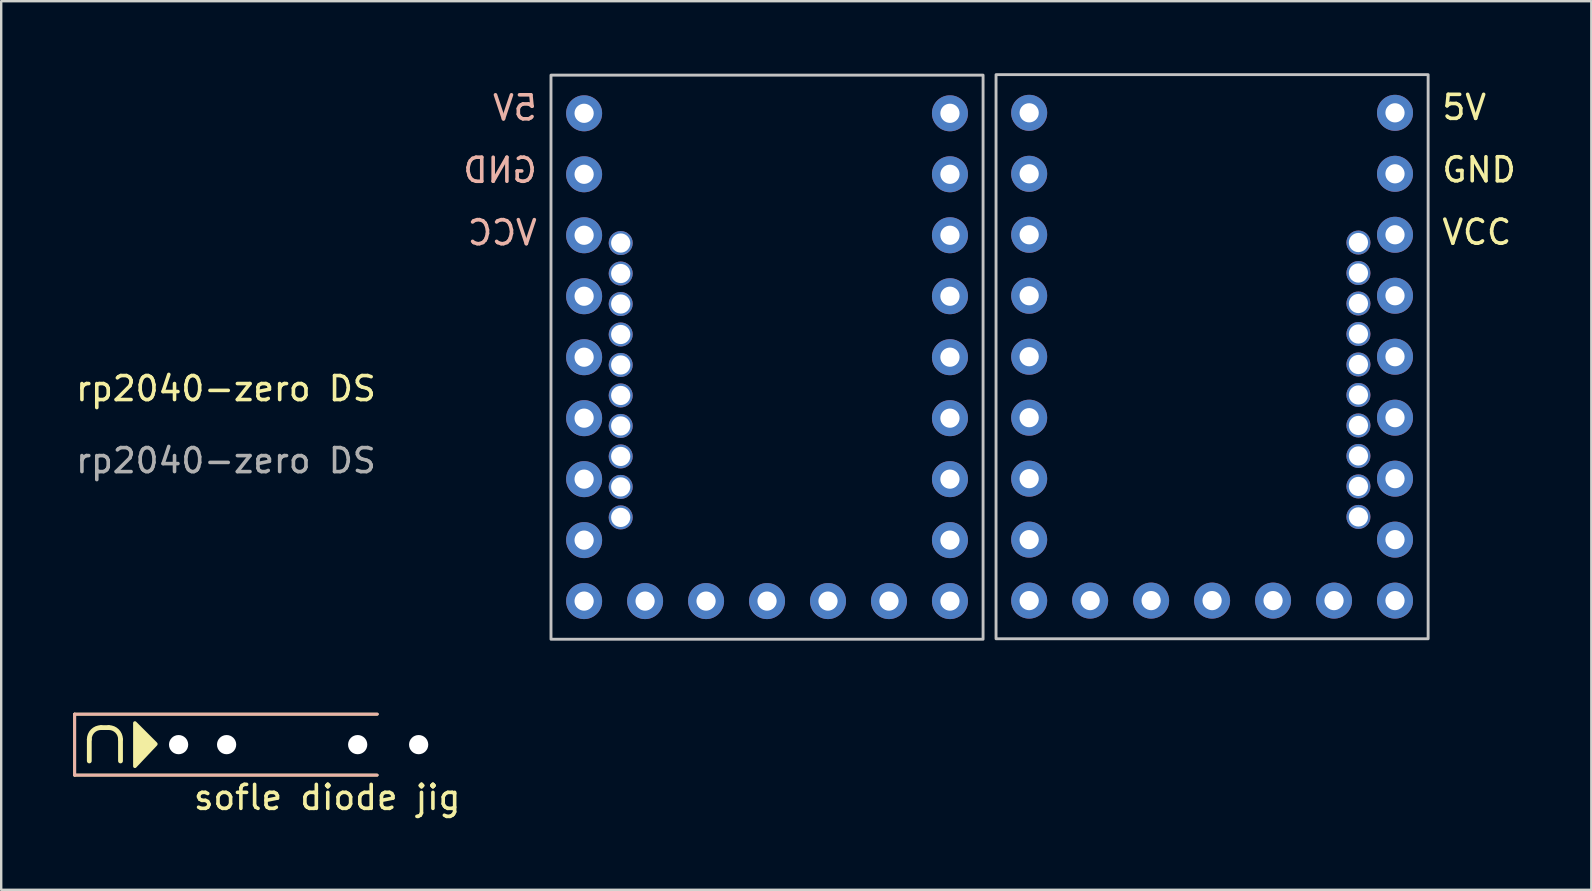
<source format=kicad_pcb>
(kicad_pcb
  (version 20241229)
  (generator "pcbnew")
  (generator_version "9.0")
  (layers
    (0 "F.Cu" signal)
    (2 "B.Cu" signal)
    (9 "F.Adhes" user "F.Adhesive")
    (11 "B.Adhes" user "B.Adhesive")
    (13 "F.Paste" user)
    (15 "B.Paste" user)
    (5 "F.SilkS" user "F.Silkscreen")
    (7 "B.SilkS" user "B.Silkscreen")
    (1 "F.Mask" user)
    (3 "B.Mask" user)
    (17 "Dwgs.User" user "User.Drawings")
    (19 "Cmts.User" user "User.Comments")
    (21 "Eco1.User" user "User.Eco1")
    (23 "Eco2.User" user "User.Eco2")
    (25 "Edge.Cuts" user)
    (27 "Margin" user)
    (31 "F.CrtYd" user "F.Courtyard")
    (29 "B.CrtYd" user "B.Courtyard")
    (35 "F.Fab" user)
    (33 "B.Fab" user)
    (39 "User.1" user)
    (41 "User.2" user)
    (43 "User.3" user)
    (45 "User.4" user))
  (footprint "sofle diode jig"
    (layer "F.Cu")
    (at 14.39 27.97)
    (property "Reference" "sofle diode jig" (at -3.81 2.2 0) (unlocked yes) (layer "F.SilkS") (effects (font (size 1 1) (thickness 0.15))))
    (fp_line (start -14.33 -1.27) (end -14.33 1.27) (stroke (width 0.12) (type default)) (layer "F.SilkS"))
    (fp_line (start -14.33 1.27) (end -1.73 1.27) (stroke (width 0.12) (type default)) (layer "F.SilkS"))
    (fp_line (start -13.72 0.68) (end -13.72 -0.22) (stroke (width 0.2) (type default)) (layer "F.SilkS"))
    (fp_line (start -12.91 -0.71) (end -13.23 -0.71) (stroke (width 0.2) (type default)) (layer "F.SilkS"))
    (fp_line (start -12.42 0.68) (end -12.42 -0.22) (stroke (width 0.2) (type default)) (layer "F.SilkS"))
    (fp_line (start -1.73 -1.27) (end -14.33 -1.27) (stroke (width 0.12) (type default)) (layer "F.SilkS"))
    (fp_arc (start -13.719998 -0.220002) (mid -13.576361 -0.566772) (end -13.229591 -0.710409) (stroke (width 0.2) (type default)) (layer "F.SilkS"))
    (fp_arc (start -12.909998 -0.710409) (mid -12.563228 -0.566772) (end -12.419591 -0.220002) (stroke (width 0.2) (type default)) (layer "F.SilkS"))
    (fp_poly (pts (xy -11.82 0.9) (xy -10.95 -0.02) (xy -10.95 -0.03) (xy -11.82 -0.9)) (stroke (width 0.15) (type solid)) (fill yes) (layer "F.SilkS"))
    (fp_line (start -14.33 -1.27) (end -14.33 1.27) (stroke (width 0.12) (type default)) (layer "B.SilkS"))
    (fp_line (start -14.33 1.27) (end -1.73 1.27) (stroke (width 0.12) (type default)) (layer "B.SilkS"))
    (fp_line (start -1.72 -1.27) (end -14.33 -1.27) (stroke (width 0.12) (type default)) (layer "B.SilkS"))
    (pad "" np_thru_hole circle (at -10 0) (size 0.8 0.8) (drill 0.8) (layers "*.Cu" "*.Mask"))
    (pad "" np_thru_hole circle (at -8 0) (size 0.8 0.8) (drill 0.8) (layers "*.Cu" "*.Mask"))
    (pad "" np_thru_hole circle (at -2.54 0) (size 0.8 0.8) (drill 0.8) (layers "*.Cu" "*.Mask"))
    (pad "" np_thru_hole circle (at 0 0) (size 0.8 0.8) (drill 0.8) (layers "*.Cu" "*.Mask")))
  (footprint "rp2040-zero DS"
    (layer "F.Cu")
    (at 6.363 13.64)
    (property "Reference" "rp2040-zero DS" (at 0 -0.5 0) (unlocked yes) (layer "F.SilkS") (effects (font (size 1 1) (thickness 0.15))))
    (attr through_hole)
    (fp_rect (start 13.54 -13.56) (end 31.54 9.94) (stroke (width 0.12) (type solid)) (fill no) (layer "Dwgs.User"))
    (fp_rect (start 50.08 -13.58) (end 32.08 9.92) (stroke (width 0.12) (type solid)) (fill no) (layer "Dwgs.User"))
    (fp_line (start 17.04 -13.56) (end 17.04 7.19) (stroke (width 0.12) (type solid)) (layer "Eco1.User"))
    (fp_line (start 17.04 7.19) (end 28.04 7.19) (stroke (width 0.12) (type solid)) (layer "Eco1.User"))
    (fp_line (start 28.04 7.19) (end 28.04 -13.56) (stroke (width 0.12) (type solid)) (layer "Eco1.User"))
    (fp_line (start 35.58 7.17) (end 35.58 -13.58) (stroke (width 0.12) (type solid)) (layer "Eco1.User"))
    (fp_line (start 46.58 -13.58) (end 46.58 7.17) (stroke (width 0.12) (type solid)) (layer "Eco1.User"))
    (fp_line (start 46.58 7.17) (end 35.58 7.17) (stroke (width 0.12) (type solid)) (layer "Eco1.User"))
    (fp_text user "GND" (at 50.58 -9.03 0) (unlocked yes) (layer "F.SilkS") (effects (font (size 1 1) (thickness 0.15)) (justify left bottom)))
    (fp_text user "VCC" (at 50.58 -6.43 0) (unlocked yes) (layer "F.SilkS") (effects (font (size 1 1) (thickness 0.15)) (justify left bottom)))
    (fp_text user "5V" (at 50.58 -11.63 0) (unlocked yes) (layer "F.SilkS") (effects (font (size 1 1) (thickness 0.15)) (justify left bottom)))
    (fp_text user "VCC" (at 13.04 -6.41 0) (unlocked yes) (layer "B.SilkS") (effects (font (size 1 1) (thickness 0.15)) (justify left bottom mirror)))
    (fp_text user "5V" (at 13.04 -11.61 0) (unlocked yes) (layer "B.SilkS") (effects (font (size 1 1) (thickness 0.15)) (justify left bottom mirror)))
    (fp_text user "GND" (at 13.04 -9.01 0) (unlocked yes) (layer "B.SilkS") (effects (font (size 1 1) (thickness 0.15)) (justify left bottom mirror)))
    (fp_text user "${REFERENCE}" (at 0 2.5 0) (unlocked yes) (layer "F.Fab") (effects (font (size 1 1) (thickness 0.15))))
    (pad "1" thru_hole circle (at 30.16 -11.97 180) (size 1.5 1.5) (drill 0.8) (layers "*.Cu" "*.Mask"))
    (pad "1" thru_hole circle (at 33.46 -11.99 180) (size 1.5 1.5) (drill 0.8) (layers "*.Cu" "*.Mask"))
    (pad "2" thru_hole circle (at 30.16 -9.43 180) (size 1.5 1.5) (drill 0.8) (layers "*.Cu" "*.Mask"))
    (pad "2" thru_hole circle (at 33.46 -9.45 180) (size 1.5 1.5) (drill 0.8) (layers "*.Cu" "*.Mask"))
    (pad "3" thru_hole circle (at 30.16 -6.89 180) (size 1.5 1.5) (drill 0.8) (layers "*.Cu" "*.Mask"))
    (pad "3" thru_hole circle (at 33.46 -6.91 180) (size 1.5 1.5) (drill 0.8) (layers "*.Cu" "*.Mask"))
    (pad "4" thru_hole circle (at 30.16 -4.35 180) (size 1.5 1.5) (drill 0.8) (layers "*.Cu" "*.Mask"))
    (pad "4" thru_hole circle (at 33.46 -4.37 180) (size 1.5 1.5) (drill 0.8) (layers "*.Cu" "*.Mask"))
    (pad "5" thru_hole circle (at 30.16 -1.81 180) (size 1.5 1.5) (drill 0.8) (layers "*.Cu" "*.Mask"))
    (pad "5" thru_hole circle (at 33.46 -1.83 180) (size 1.5 1.5) (drill 0.8) (layers "*.Cu" "*.Mask"))
    (pad "6" thru_hole circle (at 30.16 0.73 180) (size 1.5 1.5) (drill 0.8) (layers "*.Cu" "*.Mask"))
    (pad "6" thru_hole circle (at 33.46 0.71 180) (size 1.5 1.5) (drill 0.8) (layers "*.Cu" "*.Mask"))
    (pad "7" thru_hole circle (at 30.16 3.27 180) (size 1.5 1.5) (drill 0.8) (layers "*.Cu" "*.Mask"))
    (pad "7" thru_hole circle (at 33.46 3.25 180) (size 1.5 1.5) (drill 0.8) (layers "*.Cu" "*.Mask"))
    (pad "8" thru_hole circle (at 30.16 5.81 180) (size 1.5 1.5) (drill 0.8) (layers "*.Cu" "*.Mask"))
    (pad "8" thru_hole circle (at 33.46 5.79 180) (size 1.5 1.5) (drill 0.8) (layers "*.Cu" "*.Mask"))
    (pad "9" thru_hole circle (at 30.16 8.35 180) (size 1.5 1.5) (drill 0.8) (layers "*.Cu" "*.Mask"))
    (pad "9" thru_hole circle (at 33.46 8.33 180) (size 1.5 1.5) (drill 0.8) (layers "*.Cu" "*.Mask"))
    (pad "10" thru_hole circle (at 27.62 8.35 90) (size 1.5 1.5) (drill 0.8) (layers "*.Cu" "*.Mask"))
    (pad "10" thru_hole circle (at 36 8.33 270) (size 1.5 1.5) (drill 0.8) (layers "*.Cu" "*.Mask"))
    (pad "11" thru_hole circle (at 25.08 8.35 90) (size 1.5 1.5) (drill 0.8) (layers "*.Cu" "*.Mask"))
    (pad "11" thru_hole circle (at 38.54 8.33 270) (size 1.5 1.5) (drill 0.8) (layers "*.Cu" "*.Mask"))
    (pad "12" thru_hole circle (at 22.54 8.35 90) (size 1.5 1.5) (drill 0.8) (layers "*.Cu" "*.Mask"))
    (pad "12" thru_hole circle (at 41.08 8.33 270) (size 1.5 1.5) (drill 0.8) (layers "*.Cu" "*.Mask"))
    (pad "13" thru_hole circle (at 20 8.35 90) (size 1.5 1.5) (drill 0.8) (layers "*.Cu" "*.Mask"))
    (pad "13" thru_hole circle (at 43.62 8.33 270) (size 1.5 1.5) (drill 0.8) (layers "*.Cu" "*.Mask"))
    (pad "14" thru_hole circle (at 17.46 8.35 90) (size 1.5 1.5) (drill 0.8) (layers "*.Cu" "*.Mask"))
    (pad "14" thru_hole circle (at 46.16 8.33 270) (size 1.5 1.5) (drill 0.8) (layers "*.Cu" "*.Mask"))
    (pad "15" thru_hole circle (at 14.92 8.35) (size 1.5 1.5) (drill 0.8) (layers "*.Cu" "*.Mask"))
    (pad "15" thru_hole circle (at 48.7 8.33) (size 1.5 1.5) (drill 0.8) (layers "*.Cu" "*.Mask"))
    (pad "16" thru_hole circle (at 14.92 5.81) (size 1.5 1.5) (drill 0.8) (layers "*.Cu" "*.Mask"))
    (pad "16" thru_hole circle (at 48.7 5.79) (size 1.5 1.5) (drill 0.8) (layers "*.Cu" "*.Mask"))
    (pad "17" thru_hole circle (at 14.92 3.27) (size 1.5 1.5) (drill 0.8) (layers "*.Cu" "*.Mask"))
    (pad "17" thru_hole circle (at 48.7 3.25) (size 1.5 1.5) (drill 0.8) (layers "*.Cu" "*.Mask"))
    (pad "18" thru_hole circle (at 14.92 0.73) (size 1.5 1.5) (drill 0.8) (layers "*.Cu" "*.Mask"))
    (pad "18" thru_hole circle (at 48.7 0.71) (size 1.5 1.5) (drill 0.8) (layers "*.Cu" "*.Mask"))
    (pad "19" thru_hole circle (at 14.92 -1.81) (size 1.5 1.5) (drill 0.8) (layers "*.Cu" "*.Mask"))
    (pad "19" thru_hole circle (at 48.7 -1.83) (size 1.5 1.5) (drill 0.8) (layers "*.Cu" "*.Mask"))
    (pad "20" thru_hole circle (at 14.92 -4.35) (size 1.5 1.5) (drill 0.8) (layers "*.Cu" "*.Mask"))
    (pad "20" thru_hole circle (at 48.7 -4.37) (size 1.5 1.5) (drill 0.8) (layers "*.Cu" "*.Mask"))
    (pad "21" thru_hole circle (at 14.92 -6.89) (size 1.5 1.5) (drill 0.8) (layers "*.Cu" "*.Mask"))
    (pad "21" thru_hole circle (at 48.7 -6.91) (size 1.5 1.5) (drill 0.8) (layers "*.Cu" "*.Mask"))
    (pad "22" thru_hole circle (at 14.92 -9.43) (size 1.5 1.5) (drill 0.8) (layers "*.Cu" "*.Mask"))
    (pad "22" thru_hole circle (at 48.7 -9.45) (size 1.5 1.5) (drill 0.8) (layers "*.Cu" "*.Mask"))
    (pad "23" thru_hole circle (at 14.92 -11.97) (size 1.5 1.5) (drill 0.8) (layers "*.Cu" "*.Mask"))
    (pad "23" thru_hole circle (at 48.7 -11.99) (size 1.5 1.5) (drill 0.8) (layers "*.Cu" "*.Mask"))
    (pad "24" thru_hole circle (at 16.444 4.864) (size 1 1) (drill 0.8) (layers "*.Cu" "*.Mask"))
    (pad "24" thru_hole circle (at 47.176 4.844) (size 1 1) (drill 0.8) (layers "*.Cu" "*.Mask"))
    (pad "25" thru_hole circle (at 16.444 3.594) (size 1 1) (drill 0.8) (layers "*.Cu" "*.Mask"))
    (pad "25" thru_hole circle (at 47.176 3.574) (size 1 1) (drill 0.8) (layers "*.Cu" "*.Mask"))
    (pad "26" thru_hole circle (at 16.444 2.324) (size 1 1) (drill 0.8) (layers "*.Cu" "*.Mask"))
    (pad "26" thru_hole circle (at 47.176 2.304) (size 1 1) (drill 0.8) (layers "*.Cu" "*.Mask"))
    (pad "27" thru_hole circle (at 16.444 1.054) (size 1 1) (drill 0.8) (layers "*.Cu" "*.Mask"))
    (pad "27" thru_hole circle (at 47.176 1.034) (size 1 1) (drill 0.8) (layers "*.Cu" "*.Mask"))
    (pad "28" thru_hole circle (at 16.444 -0.216) (size 1 1) (drill 0.8) (layers "*.Cu" "*.Mask"))
    (pad "28" thru_hole circle (at 47.176 -0.236) (size 1 1) (drill 0.8) (layers "*.Cu" "*.Mask"))
    (pad "29" thru_hole circle (at 16.444 -1.486) (size 1 1) (drill 0.8) (layers "*.Cu" "*.Mask"))
    (pad "29" thru_hole circle (at 47.176 -1.506) (size 1 1) (drill 0.8) (layers "*.Cu" "*.Mask"))
    (pad "30" thru_hole circle (at 16.444 -2.756) (size 1 1) (drill 0.8) (layers "*.Cu" "*.Mask"))
    (pad "30" thru_hole circle (at 47.176 -2.776) (size 1 1) (drill 0.8) (layers "*.Cu" "*.Mask"))
    (pad "31" thru_hole circle (at 16.444 -4.026) (size 1 1) (drill 0.8) (layers "*.Cu" "*.Mask"))
    (pad "31" thru_hole circle (at 47.176 -4.046) (size 1 1) (drill 0.8) (layers "*.Cu" "*.Mask"))
    (pad "32" thru_hole circle (at 16.444 -5.296) (size 1 1) (drill 0.8) (layers "*.Cu" "*.Mask"))
    (pad "32" thru_hole circle (at 47.176 -5.316) (size 1 1) (drill 0.8) (layers "*.Cu" "*.Mask"))
    (pad "33" thru_hole circle (at 16.444 -6.566) (size 1 1) (drill 0.8) (layers "*.Cu" "*.Mask"))
    (pad "33" thru_hole circle (at 47.176 -6.586) (size 1 1) (drill 0.8) (layers "*.Cu" "*.Mask")))
  (gr_rect
    (start -3 -3)
    (end 63.241 34.018)
    (stroke (width 0.1) (type default))
    (fill no)
    (layer "Edge.Cuts")))
</source>
